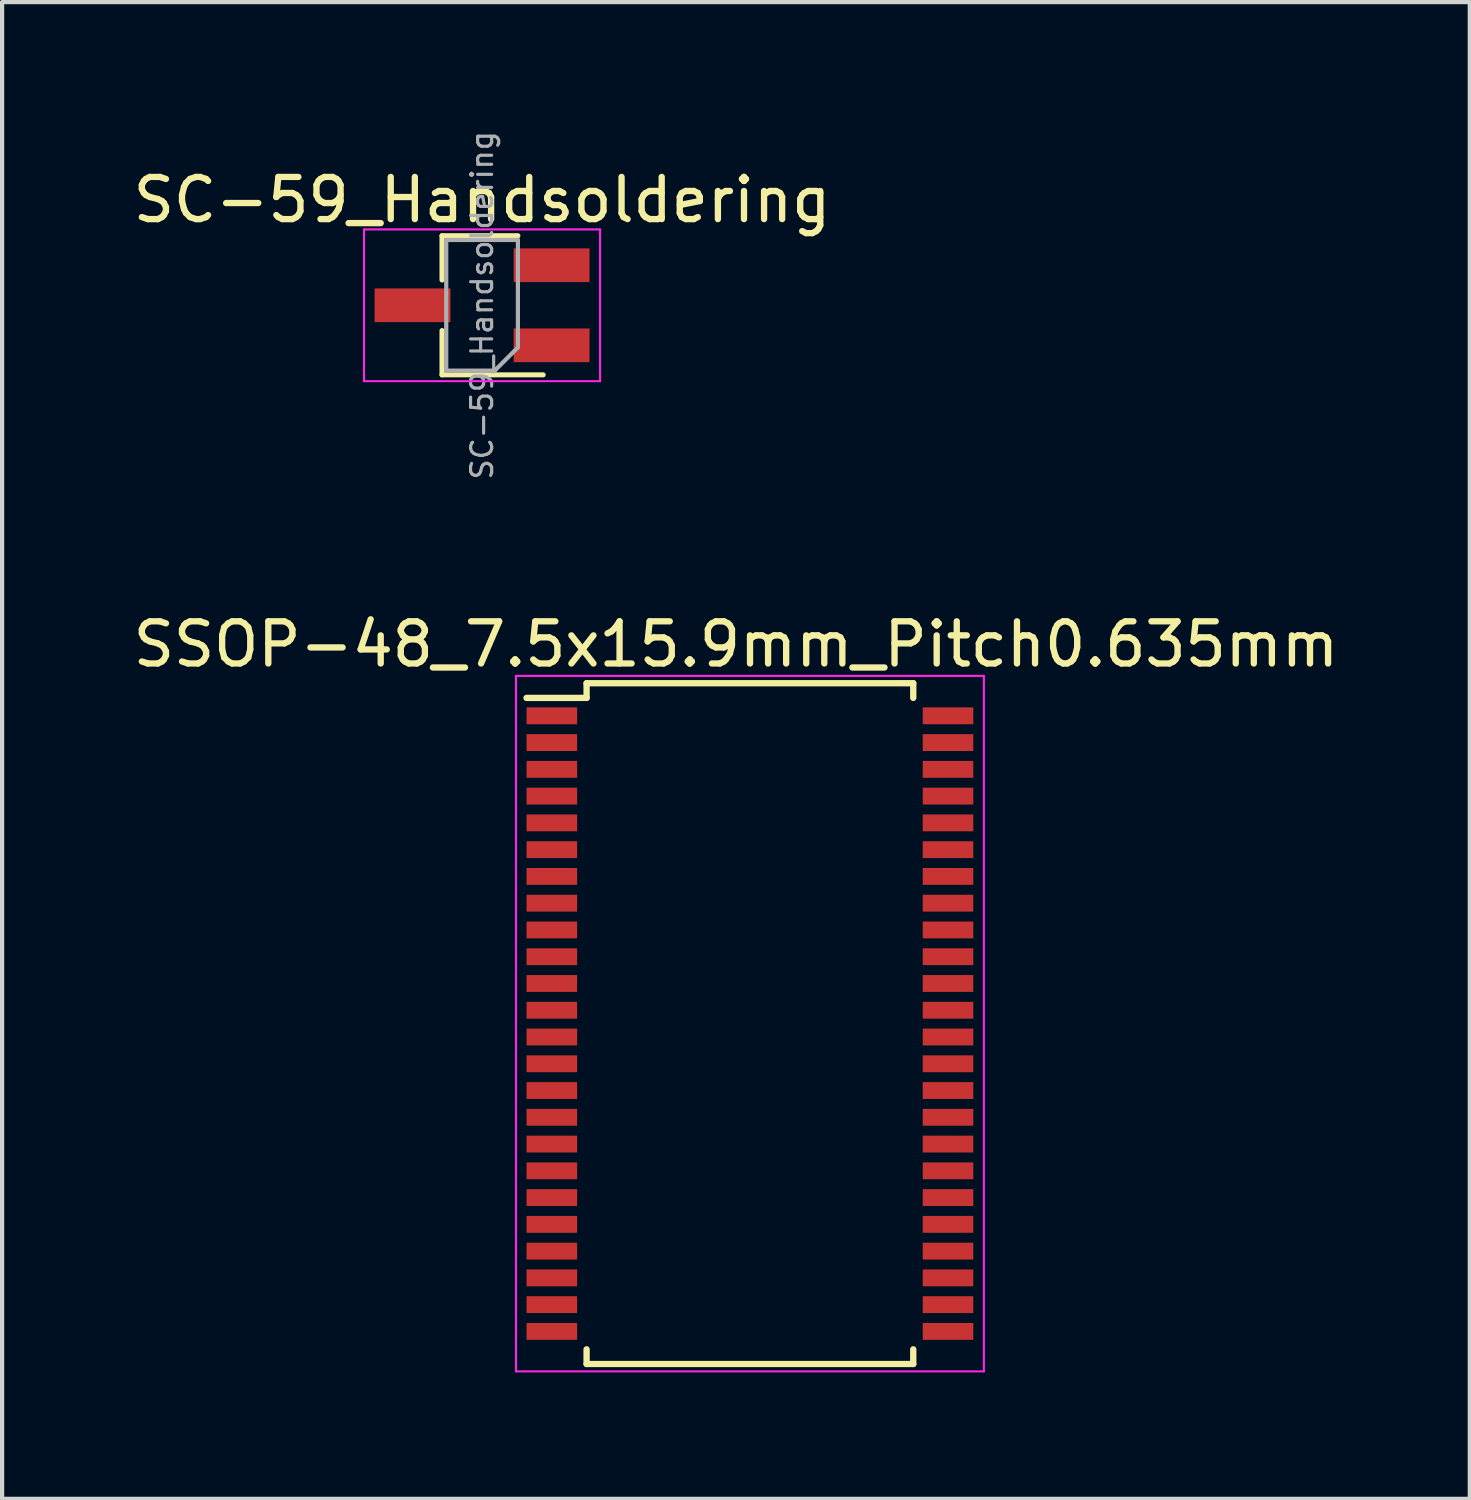
<source format=kicad_pcb>
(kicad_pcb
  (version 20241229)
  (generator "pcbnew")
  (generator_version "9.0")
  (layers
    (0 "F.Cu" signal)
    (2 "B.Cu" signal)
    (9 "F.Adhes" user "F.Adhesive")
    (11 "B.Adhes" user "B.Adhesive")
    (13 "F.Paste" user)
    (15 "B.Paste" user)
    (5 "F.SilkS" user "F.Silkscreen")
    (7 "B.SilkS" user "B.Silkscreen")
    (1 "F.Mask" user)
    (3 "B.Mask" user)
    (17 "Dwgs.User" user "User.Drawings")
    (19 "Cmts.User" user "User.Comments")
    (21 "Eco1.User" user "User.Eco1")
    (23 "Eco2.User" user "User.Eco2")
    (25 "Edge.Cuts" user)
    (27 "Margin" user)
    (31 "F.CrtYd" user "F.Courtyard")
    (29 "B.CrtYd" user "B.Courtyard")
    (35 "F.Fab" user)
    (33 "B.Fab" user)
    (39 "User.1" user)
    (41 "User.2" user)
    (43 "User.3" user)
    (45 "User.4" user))
  (footprint "SC-59_Handsoldering"
    (layer "F.Cu")
    (at 8.387 4.193)
    (property "Reference" "SC-59_Handsoldering" (at 0 -2.5 0) (layer "F.SilkS") (effects (font (size 1 1) (thickness 0.15))))
    (attr smd)
    (fp_line (start -0.95 -1.65) (end -0.95 -0.6) (stroke (width 0.12) (type solid)) (layer "F.SilkS"))
    (fp_line (start -0.95 1.65) (end -0.95 0.6) (stroke (width 0.12) (type solid)) (layer "F.SilkS"))
    (fp_line (start 0.85 -1.65) (end -0.95 -1.65) (stroke (width 0.12) (type solid)) (layer "F.SilkS"))
    (fp_line (start 1.45 1.65) (end -0.95 1.65) (stroke (width 0.12) (type solid)) (layer "F.SilkS"))
    (fp_line (start -2.8 -1.8) (end -2.8 1.8) (stroke (width 0.05) (type solid)) (layer "F.CrtYd"))
    (fp_line (start -2.8 -1.8) (end 2.8 -1.8) (stroke (width 0.05) (type solid)) (layer "F.CrtYd"))
    (fp_line (start 2.8 1.8) (end -2.8 1.8) (stroke (width 0.05) (type solid)) (layer "F.CrtYd"))
    (fp_line (start 2.8 1.8) (end 2.8 -1.8) (stroke (width 0.05) (type solid)) (layer "F.CrtYd"))
    (fp_line (start -0.85 1.52) (end -0.85 -1.52) (stroke (width 0.1) (type solid)) (layer "F.Fab"))
    (fp_line (start 0.3 1.55) (end -0.85 1.55) (stroke (width 0.1) (type solid)) (layer "F.Fab"))
    (fp_line (start 0.3 1.55) (end 0.85 1) (stroke (width 0.1) (type solid)) (layer "F.Fab"))
    (fp_line (start 0.85 -1.55) (end -0.85 -1.55) (stroke (width 0.1) (type solid)) (layer "F.Fab"))
    (fp_line (start 0.85 -1.55) (end 0.85 1) (stroke (width 0.1) (type solid)) (layer "F.Fab"))
    (fp_text user "${REFERENCE}" (at 0 0 90) (layer "F.Fab") (effects (font (size 0.5 0.5) (thickness 0.075))))
    (pad "1" smd rect (at 1.65 0.95 180) (size 1.8 0.8) (layers "F.Cu" "F.Mask" "F.Paste"))
    (pad "2" smd rect (at 1.65 -0.95 180) (size 1.8 0.8) (layers "F.Cu" "F.Mask" "F.Paste"))
    (pad "3" smd rect (at -1.65 0 180) (size 1.8 0.8) (layers "F.Cu" "F.Mask" "F.Paste")))
  (footprint "SSOP-48_7.5x15.9mm_Pitch0.635mm"
    (layer "F.Cu")
    (at 14.411 20.918)
    (property "Reference" "SSOP-48_7.5x15.9mm_Pitch0.635mm" (at 0 -8.682 0) (layer "F.SilkS") (effects (font (size 1 1) (thickness 0.15))))
    (attr smd)
    (fp_line (start -3.544 -7.758) (end -3.544 -7.41) (stroke (width 0.15) (type solid)) (layer "F.SilkS"))
    (fp_line (start -3.544 -7.758) (end 4.206 -7.758) (stroke (width 0.15) (type solid)) (layer "F.SilkS"))
    (fp_line (start -3.544 -7.41) (end -4.969 -7.41) (stroke (width 0.15) (type solid)) (layer "F.SilkS"))
    (fp_line (start -3.544 8.393) (end -3.544 8.045) (stroke (width 0.15) (type solid)) (layer "F.SilkS"))
    (fp_line (start -3.544 8.393) (end 4.206 8.393) (stroke (width 0.15) (type solid)) (layer "F.SilkS"))
    (fp_line (start 4.206 -7.758) (end 4.206 -7.41) (stroke (width 0.15) (type solid)) (layer "F.SilkS"))
    (fp_line (start 4.206 8.393) (end 4.206 8.045) (stroke (width 0.15) (type solid)) (layer "F.SilkS"))
    (fp_line (start -5.219 -7.933) (end -5.219 8.568) (stroke (width 0.05) (type solid)) (layer "F.CrtYd"))
    (fp_line (start -5.219 -7.933) (end 5.881 -7.933) (stroke (width 0.05) (type solid)) (layer "F.CrtYd"))
    (fp_line (start -5.219 8.568) (end 5.881 8.568) (stroke (width 0.05) (type solid)) (layer "F.CrtYd"))
    (fp_line (start 5.881 -7.933) (end 5.881 8.568) (stroke (width 0.05) (type solid)) (layer "F.CrtYd"))
    (pad "1" smd rect (at -4.369 -6.985) (size 1.2 0.4) (layers "F.Cu" "F.Mask" "F.Paste"))
    (pad "2" smd rect (at -4.369 -6.35) (size 1.2 0.4) (layers "F.Cu" "F.Mask" "F.Paste"))
    (pad "3" smd rect (at -4.369 -5.715) (size 1.2 0.4) (layers "F.Cu" "F.Mask" "F.Paste"))
    (pad "4" smd rect (at -4.369 -5.08) (size 1.2 0.4) (layers "F.Cu" "F.Mask" "F.Paste"))
    (pad "5" smd rect (at -4.369 -4.445) (size 1.2 0.4) (layers "F.Cu" "F.Mask" "F.Paste"))
    (pad "6" smd rect (at -4.369 -3.81) (size 1.2 0.4) (layers "F.Cu" "F.Mask" "F.Paste"))
    (pad "7" smd rect (at -4.369 -3.175) (size 1.2 0.4) (layers "F.Cu" "F.Mask" "F.Paste"))
    (pad "8" smd rect (at -4.369 -2.54) (size 1.2 0.4) (layers "F.Cu" "F.Mask" "F.Paste"))
    (pad "9" smd rect (at -4.369 -1.905) (size 1.2 0.4) (layers "F.Cu" "F.Mask" "F.Paste"))
    (pad "10" smd rect (at -4.369 -1.27) (size 1.2 0.4) (layers "F.Cu" "F.Mask" "F.Paste"))
    (pad "11" smd rect (at -4.369 -0.635) (size 1.2 0.4) (layers "F.Cu" "F.Mask" "F.Paste"))
    (pad "12" smd rect (at -4.369 0) (size 1.2 0.4) (layers "F.Cu" "F.Mask" "F.Paste"))
    (pad "13" smd rect (at -4.369 0.635) (size 1.2 0.4) (layers "F.Cu" "F.Mask" "F.Paste"))
    (pad "14" smd rect (at -4.369 1.27) (size 1.2 0.4) (layers "F.Cu" "F.Mask" "F.Paste"))
    (pad "15" smd rect (at -4.369 1.905) (size 1.2 0.4) (layers "F.Cu" "F.Mask" "F.Paste"))
    (pad "16" smd rect (at -4.369 2.54) (size 1.2 0.4) (layers "F.Cu" "F.Mask" "F.Paste"))
    (pad "17" smd rect (at -4.369 3.175) (size 1.2 0.4) (layers "F.Cu" "F.Mask" "F.Paste"))
    (pad "18" smd rect (at -4.369 3.81) (size 1.2 0.4) (layers "F.Cu" "F.Mask" "F.Paste"))
    (pad "19" smd rect (at -4.369 4.445) (size 1.2 0.4) (layers "F.Cu" "F.Mask" "F.Paste"))
    (pad "20" smd rect (at -4.369 5.08) (size 1.2 0.4) (layers "F.Cu" "F.Mask" "F.Paste"))
    (pad "21" smd rect (at -4.369 5.715) (size 1.2 0.4) (layers "F.Cu" "F.Mask" "F.Paste"))
    (pad "22" smd rect (at -4.369 6.35) (size 1.2 0.4) (layers "F.Cu" "F.Mask" "F.Paste"))
    (pad "23" smd rect (at -4.369 6.985) (size 1.2 0.4) (layers "F.Cu" "F.Mask" "F.Paste"))
    (pad "24" smd rect (at -4.369 7.62) (size 1.2 0.4) (layers "F.Cu" "F.Mask" "F.Paste"))
    (pad "25" smd rect (at 5.031 7.62) (size 1.2 0.4) (layers "F.Cu" "F.Mask" "F.Paste"))
    (pad "26" smd rect (at 5.031 6.985) (size 1.2 0.4) (layers "F.Cu" "F.Mask" "F.Paste"))
    (pad "27" smd rect (at 5.031 6.35) (size 1.2 0.4) (layers "F.Cu" "F.Mask" "F.Paste"))
    (pad "28" smd rect (at 5.031 5.715) (size 1.2 0.4) (layers "F.Cu" "F.Mask" "F.Paste"))
    (pad "29" smd rect (at 5.031 5.08) (size 1.2 0.4) (layers "F.Cu" "F.Mask" "F.Paste"))
    (pad "30" smd rect (at 5.031 4.445) (size 1.2 0.4) (layers "F.Cu" "F.Mask" "F.Paste"))
    (pad "31" smd rect (at 5.031 3.81) (size 1.2 0.4) (layers "F.Cu" "F.Mask" "F.Paste"))
    (pad "32" smd rect (at 5.031 3.175) (size 1.2 0.4) (layers "F.Cu" "F.Mask" "F.Paste"))
    (pad "33" smd rect (at 5.031 2.54) (size 1.2 0.4) (layers "F.Cu" "F.Mask" "F.Paste"))
    (pad "34" smd rect (at 5.031 1.905) (size 1.2 0.4) (layers "F.Cu" "F.Mask" "F.Paste"))
    (pad "35" smd rect (at 5.031 1.27) (size 1.2 0.4) (layers "F.Cu" "F.Mask" "F.Paste"))
    (pad "36" smd rect (at 5.031 0.635) (size 1.2 0.4) (layers "F.Cu" "F.Mask" "F.Paste"))
    (pad "37" smd rect (at 5.031 0) (size 1.2 0.4) (layers "F.Cu" "F.Mask" "F.Paste"))
    (pad "38" smd rect (at 5.031 -0.635) (size 1.2 0.4) (layers "F.Cu" "F.Mask" "F.Paste"))
    (pad "39" smd rect (at 5.031 -1.27) (size 1.2 0.4) (layers "F.Cu" "F.Mask" "F.Paste"))
    (pad "40" smd rect (at 5.031 -1.905) (size 1.2 0.4) (layers "F.Cu" "F.Mask" "F.Paste"))
    (pad "41" smd rect (at 5.031 -2.54) (size 1.2 0.4) (layers "F.Cu" "F.Mask" "F.Paste"))
    (pad "42" smd rect (at 5.031 -3.175) (size 1.2 0.4) (layers "F.Cu" "F.Mask" "F.Paste"))
    (pad "43" smd rect (at 5.031 -3.81) (size 1.2 0.4) (layers "F.Cu" "F.Mask" "F.Paste"))
    (pad "44" smd rect (at 5.031 -4.445) (size 1.2 0.4) (layers "F.Cu" "F.Mask" "F.Paste"))
    (pad "45" smd rect (at 5.031 -5.08) (size 1.2 0.4) (layers "F.Cu" "F.Mask" "F.Paste"))
    (pad "46" smd rect (at 5.031 -5.715) (size 1.2 0.4) (layers "F.Cu" "F.Mask" "F.Paste"))
    (pad "47" smd rect (at 5.031 -6.35) (size 1.2 0.4) (layers "F.Cu" "F.Mask" "F.Paste"))
    (pad "48" smd rect (at 5.031 -6.985) (size 1.2 0.4) (layers "F.Cu" "F.Mask" "F.Paste")))
  (gr_rect
    (start -3 -3)
    (end 31.821 32.51)
    (stroke (width 0.1) (type default))
    (fill no)
    (layer "Edge.Cuts")))
</source>
